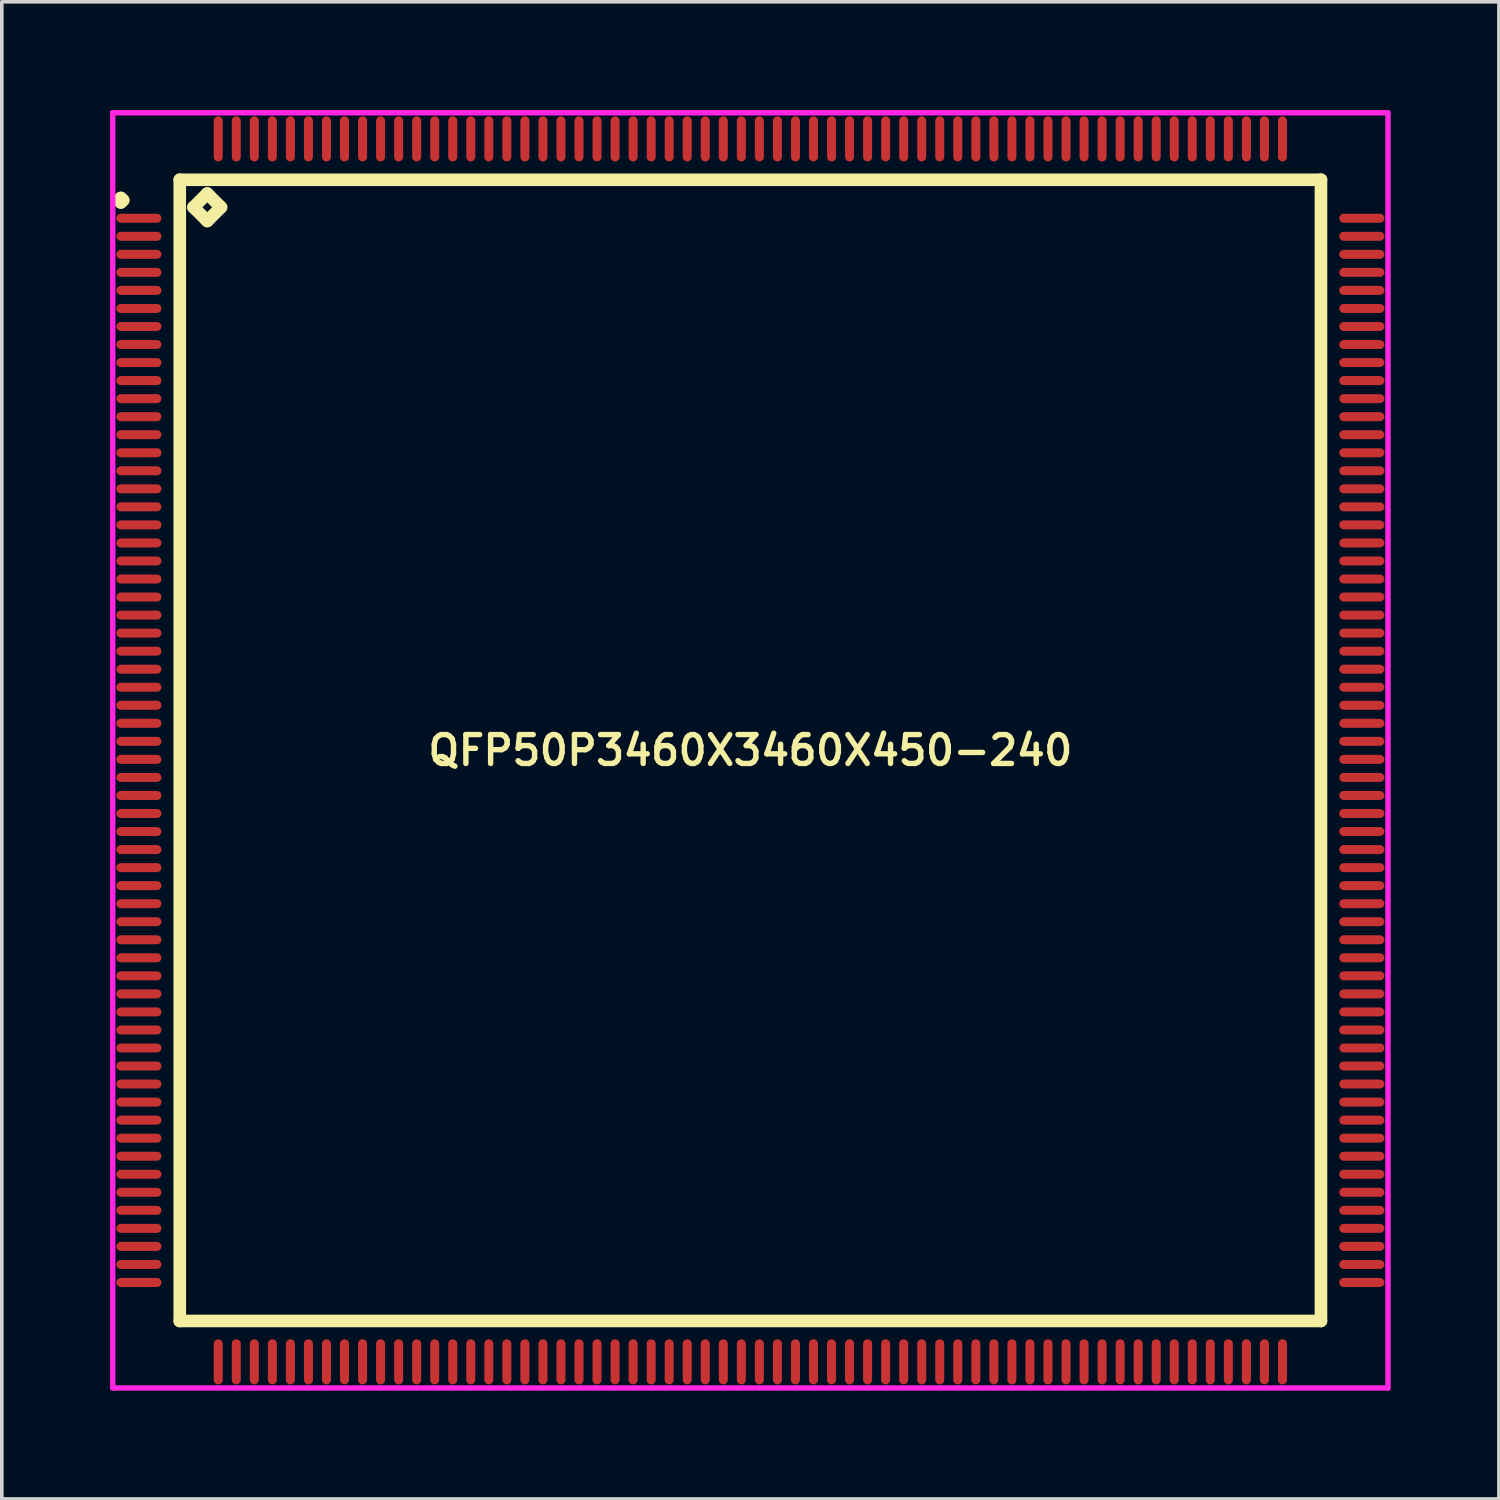
<source format=kicad_pcb>
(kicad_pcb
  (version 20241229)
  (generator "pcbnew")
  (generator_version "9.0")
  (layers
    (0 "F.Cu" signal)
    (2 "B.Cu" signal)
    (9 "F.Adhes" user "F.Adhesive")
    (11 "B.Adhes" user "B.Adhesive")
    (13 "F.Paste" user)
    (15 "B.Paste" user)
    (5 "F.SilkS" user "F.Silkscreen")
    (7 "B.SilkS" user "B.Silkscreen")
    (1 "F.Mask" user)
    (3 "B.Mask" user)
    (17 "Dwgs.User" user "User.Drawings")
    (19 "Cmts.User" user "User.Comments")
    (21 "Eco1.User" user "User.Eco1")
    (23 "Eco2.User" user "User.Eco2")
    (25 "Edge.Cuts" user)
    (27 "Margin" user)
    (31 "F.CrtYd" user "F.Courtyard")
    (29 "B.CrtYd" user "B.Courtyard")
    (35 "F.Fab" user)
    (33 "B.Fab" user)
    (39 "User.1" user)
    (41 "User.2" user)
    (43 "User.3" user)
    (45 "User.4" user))
  (footprint "QFP50P3460X3460X450-240"
    (layer "F.Cu")
    (at 17.75 17.75)
    (property "Reference" "QFP50P3460X3460X450-240" (at 0 0 0) (layer "F.SilkS") (effects (font (size 0.8 0.8) (thickness 0.15))))
    (attr smd)
    (fp_line (start -17.512 -15.25) (end -17.45 -15.312) (stroke (width 0.35) (type solid)) (layer "F.SilkS"))
    (fp_line (start -17.45 -15.312) (end -17.387 -15.25) (stroke (width 0.35) (type solid)) (layer "F.SilkS"))
    (fp_line (start -17.45 -15.188) (end -17.512 -15.25) (stroke (width 0.35) (type solid)) (layer "F.SilkS"))
    (fp_line (start -17.387 -15.25) (end -17.45 -15.188) (stroke (width 0.35) (type solid)) (layer "F.SilkS"))
    (fp_line (start -15.817 -15.817) (end -15.817 15.817) (stroke (width 0.35) (type solid)) (layer "F.SilkS"))
    (fp_line (start -15.817 15.817) (end 15.817 15.817) (stroke (width 0.35) (type solid)) (layer "F.SilkS"))
    (fp_line (start -15.436 -15.055) (end -15.055 -15.436) (stroke (width 0.35) (type solid)) (layer "F.SilkS"))
    (fp_line (start -15.055 -15.436) (end -14.674 -15.055) (stroke (width 0.35) (type solid)) (layer "F.SilkS"))
    (fp_line (start -15.055 -14.674) (end -15.436 -15.055) (stroke (width 0.35) (type solid)) (layer "F.SilkS"))
    (fp_line (start -14.674 -15.055) (end -15.055 -14.674) (stroke (width 0.35) (type solid)) (layer "F.SilkS"))
    (fp_line (start 15.817 -15.817) (end -15.817 -15.817) (stroke (width 0.35) (type solid)) (layer "F.SilkS"))
    (fp_line (start 15.817 15.817) (end 15.817 -15.817) (stroke (width 0.35) (type solid)) (layer "F.SilkS"))
    (fp_line (start -17.675 -17.675) (end 17.675 -17.675) (stroke (width 0.15) (type solid)) (layer "F.CrtYd"))
    (fp_line (start -17.675 17.675) (end -17.675 -17.675) (stroke (width 0.15) (type solid)) (layer "F.CrtYd"))
    (fp_line (start 17.675 -17.675) (end 17.675 17.675) (stroke (width 0.15) (type solid)) (layer "F.CrtYd"))
    (fp_line (start 17.675 17.675) (end -17.675 17.675) (stroke (width 0.15) (type solid)) (layer "F.CrtYd"))
    (pad "1" smd oval (at -16.95 -14.75) (size 1.25 0.25) (layers "F.Cu" "F.Mask" "F.Paste"))
    (pad "2" smd oval (at -16.95 -14.25) (size 1.25 0.25) (layers "F.Cu" "F.Mask" "F.Paste"))
    (pad "3" smd oval (at -16.95 -13.75) (size 1.25 0.25) (layers "F.Cu" "F.Mask" "F.Paste"))
    (pad "4" smd oval (at -16.95 -13.25) (size 1.25 0.25) (layers "F.Cu" "F.Mask" "F.Paste"))
    (pad "5" smd oval (at -16.95 -12.75) (size 1.25 0.25) (layers "F.Cu" "F.Mask" "F.Paste"))
    (pad "6" smd oval (at -16.95 -12.25) (size 1.25 0.25) (layers "F.Cu" "F.Mask" "F.Paste"))
    (pad "7" smd oval (at -16.95 -11.75) (size 1.25 0.25) (layers "F.Cu" "F.Mask" "F.Paste"))
    (pad "8" smd oval (at -16.95 -11.25) (size 1.25 0.25) (layers "F.Cu" "F.Mask" "F.Paste"))
    (pad "9" smd oval (at -16.95 -10.75) (size 1.25 0.25) (layers "F.Cu" "F.Mask" "F.Paste"))
    (pad "10" smd oval (at -16.95 -10.25) (size 1.25 0.25) (layers "F.Cu" "F.Mask" "F.Paste"))
    (pad "11" smd oval (at -16.95 -9.75) (size 1.25 0.25) (layers "F.Cu" "F.Mask" "F.Paste"))
    (pad "12" smd oval (at -16.95 -9.25) (size 1.25 0.25) (layers "F.Cu" "F.Mask" "F.Paste"))
    (pad "13" smd oval (at -16.95 -8.75) (size 1.25 0.25) (layers "F.Cu" "F.Mask" "F.Paste"))
    (pad "14" smd oval (at -16.95 -8.25) (size 1.25 0.25) (layers "F.Cu" "F.Mask" "F.Paste"))
    (pad "15" smd oval (at -16.95 -7.75) (size 1.25 0.25) (layers "F.Cu" "F.Mask" "F.Paste"))
    (pad "16" smd oval (at -16.95 -7.25) (size 1.25 0.25) (layers "F.Cu" "F.Mask" "F.Paste"))
    (pad "17" smd oval (at -16.95 -6.75) (size 1.25 0.25) (layers "F.Cu" "F.Mask" "F.Paste"))
    (pad "18" smd oval (at -16.95 -6.25) (size 1.25 0.25) (layers "F.Cu" "F.Mask" "F.Paste"))
    (pad "19" smd oval (at -16.95 -5.75) (size 1.25 0.25) (layers "F.Cu" "F.Mask" "F.Paste"))
    (pad "20" smd oval (at -16.95 -5.25) (size 1.25 0.25) (layers "F.Cu" "F.Mask" "F.Paste"))
    (pad "21" smd oval (at -16.95 -4.75) (size 1.25 0.25) (layers "F.Cu" "F.Mask" "F.Paste"))
    (pad "22" smd oval (at -16.95 -4.25) (size 1.25 0.25) (layers "F.Cu" "F.Mask" "F.Paste"))
    (pad "23" smd oval (at -16.95 -3.75) (size 1.25 0.25) (layers "F.Cu" "F.Mask" "F.Paste"))
    (pad "24" smd oval (at -16.95 -3.25) (size 1.25 0.25) (layers "F.Cu" "F.Mask" "F.Paste"))
    (pad "25" smd oval (at -16.95 -2.75) (size 1.25 0.25) (layers "F.Cu" "F.Mask" "F.Paste"))
    (pad "26" smd oval (at -16.95 -2.25) (size 1.25 0.25) (layers "F.Cu" "F.Mask" "F.Paste"))
    (pad "27" smd oval (at -16.95 -1.75) (size 1.25 0.25) (layers "F.Cu" "F.Mask" "F.Paste"))
    (pad "28" smd oval (at -16.95 -1.25) (size 1.25 0.25) (layers "F.Cu" "F.Mask" "F.Paste"))
    (pad "29" smd oval (at -16.95 -0.75) (size 1.25 0.25) (layers "F.Cu" "F.Mask" "F.Paste"))
    (pad "30" smd oval (at -16.95 -0.25) (size 1.25 0.25) (layers "F.Cu" "F.Mask" "F.Paste"))
    (pad "31" smd oval (at -16.95 0.25) (size 1.25 0.25) (layers "F.Cu" "F.Mask" "F.Paste"))
    (pad "32" smd oval (at -16.95 0.75) (size 1.25 0.25) (layers "F.Cu" "F.Mask" "F.Paste"))
    (pad "33" smd oval (at -16.95 1.25) (size 1.25 0.25) (layers "F.Cu" "F.Mask" "F.Paste"))
    (pad "34" smd oval (at -16.95 1.75) (size 1.25 0.25) (layers "F.Cu" "F.Mask" "F.Paste"))
    (pad "35" smd oval (at -16.95 2.25) (size 1.25 0.25) (layers "F.Cu" "F.Mask" "F.Paste"))
    (pad "36" smd oval (at -16.95 2.75) (size 1.25 0.25) (layers "F.Cu" "F.Mask" "F.Paste"))
    (pad "37" smd oval (at -16.95 3.25) (size 1.25 0.25) (layers "F.Cu" "F.Mask" "F.Paste"))
    (pad "38" smd oval (at -16.95 3.75) (size 1.25 0.25) (layers "F.Cu" "F.Mask" "F.Paste"))
    (pad "39" smd oval (at -16.95 4.25) (size 1.25 0.25) (layers "F.Cu" "F.Mask" "F.Paste"))
    (pad "40" smd oval (at -16.95 4.75) (size 1.25 0.25) (layers "F.Cu" "F.Mask" "F.Paste"))
    (pad "41" smd oval (at -16.95 5.25) (size 1.25 0.25) (layers "F.Cu" "F.Mask" "F.Paste"))
    (pad "42" smd oval (at -16.95 5.75) (size 1.25 0.25) (layers "F.Cu" "F.Mask" "F.Paste"))
    (pad "43" smd oval (at -16.95 6.25) (size 1.25 0.25) (layers "F.Cu" "F.Mask" "F.Paste"))
    (pad "44" smd oval (at -16.95 6.75) (size 1.25 0.25) (layers "F.Cu" "F.Mask" "F.Paste"))
    (pad "45" smd oval (at -16.95 7.25) (size 1.25 0.25) (layers "F.Cu" "F.Mask" "F.Paste"))
    (pad "46" smd oval (at -16.95 7.75) (size 1.25 0.25) (layers "F.Cu" "F.Mask" "F.Paste"))
    (pad "47" smd oval (at -16.95 8.25) (size 1.25 0.25) (layers "F.Cu" "F.Mask" "F.Paste"))
    (pad "48" smd oval (at -16.95 8.75) (size 1.25 0.25) (layers "F.Cu" "F.Mask" "F.Paste"))
    (pad "49" smd oval (at -16.95 9.25) (size 1.25 0.25) (layers "F.Cu" "F.Mask" "F.Paste"))
    (pad "50" smd oval (at -16.95 9.75) (size 1.25 0.25) (layers "F.Cu" "F.Mask" "F.Paste"))
    (pad "51" smd oval (at -16.95 10.25) (size 1.25 0.25) (layers "F.Cu" "F.Mask" "F.Paste"))
    (pad "52" smd oval (at -16.95 10.75) (size 1.25 0.25) (layers "F.Cu" "F.Mask" "F.Paste"))
    (pad "53" smd oval (at -16.95 11.25) (size 1.25 0.25) (layers "F.Cu" "F.Mask" "F.Paste"))
    (pad "54" smd oval (at -16.95 11.75) (size 1.25 0.25) (layers "F.Cu" "F.Mask" "F.Paste"))
    (pad "55" smd oval (at -16.95 12.25) (size 1.25 0.25) (layers "F.Cu" "F.Mask" "F.Paste"))
    (pad "56" smd oval (at -16.95 12.75) (size 1.25 0.25) (layers "F.Cu" "F.Mask" "F.Paste"))
    (pad "57" smd oval (at -16.95 13.25) (size 1.25 0.25) (layers "F.Cu" "F.Mask" "F.Paste"))
    (pad "58" smd oval (at -16.95 13.75) (size 1.25 0.25) (layers "F.Cu" "F.Mask" "F.Paste"))
    (pad "59" smd oval (at -16.95 14.25) (size 1.25 0.25) (layers "F.Cu" "F.Mask" "F.Paste"))
    (pad "60" smd oval (at -16.95 14.75) (size 1.25 0.25) (layers "F.Cu" "F.Mask" "F.Paste"))
    (pad "61" smd oval (at -14.75 16.95) (size 0.25 1.25) (layers "F.Cu" "F.Mask" "F.Paste"))
    (pad "62" smd oval (at -14.25 16.95) (size 0.25 1.25) (layers "F.Cu" "F.Mask" "F.Paste"))
    (pad "63" smd oval (at -13.75 16.95) (size 0.25 1.25) (layers "F.Cu" "F.Mask" "F.Paste"))
    (pad "64" smd oval (at -13.25 16.95) (size 0.25 1.25) (layers "F.Cu" "F.Mask" "F.Paste"))
    (pad "65" smd oval (at -12.75 16.95) (size 0.25 1.25) (layers "F.Cu" "F.Mask" "F.Paste"))
    (pad "66" smd oval (at -12.25 16.95) (size 0.25 1.25) (layers "F.Cu" "F.Mask" "F.Paste"))
    (pad "67" smd oval (at -11.75 16.95) (size 0.25 1.25) (layers "F.Cu" "F.Mask" "F.Paste"))
    (pad "68" smd oval (at -11.25 16.95) (size 0.25 1.25) (layers "F.Cu" "F.Mask" "F.Paste"))
    (pad "69" smd oval (at -10.75 16.95) (size 0.25 1.25) (layers "F.Cu" "F.Mask" "F.Paste"))
    (pad "70" smd oval (at -10.25 16.95) (size 0.25 1.25) (layers "F.Cu" "F.Mask" "F.Paste"))
    (pad "71" smd oval (at -9.75 16.95) (size 0.25 1.25) (layers "F.Cu" "F.Mask" "F.Paste"))
    (pad "72" smd oval (at -9.25 16.95) (size 0.25 1.25) (layers "F.Cu" "F.Mask" "F.Paste"))
    (pad "73" smd oval (at -8.75 16.95) (size 0.25 1.25) (layers "F.Cu" "F.Mask" "F.Paste"))
    (pad "74" smd oval (at -8.25 16.95) (size 0.25 1.25) (layers "F.Cu" "F.Mask" "F.Paste"))
    (pad "75" smd oval (at -7.75 16.95) (size 0.25 1.25) (layers "F.Cu" "F.Mask" "F.Paste"))
    (pad "76" smd oval (at -7.25 16.95) (size 0.25 1.25) (layers "F.Cu" "F.Mask" "F.Paste"))
    (pad "77" smd oval (at -6.75 16.95) (size 0.25 1.25) (layers "F.Cu" "F.Mask" "F.Paste"))
    (pad "78" smd oval (at -6.25 16.95) (size 0.25 1.25) (layers "F.Cu" "F.Mask" "F.Paste"))
    (pad "79" smd oval (at -5.75 16.95) (size 0.25 1.25) (layers "F.Cu" "F.Mask" "F.Paste"))
    (pad "80" smd oval (at -5.25 16.95) (size 0.25 1.25) (layers "F.Cu" "F.Mask" "F.Paste"))
    (pad "81" smd oval (at -4.75 16.95) (size 0.25 1.25) (layers "F.Cu" "F.Mask" "F.Paste"))
    (pad "82" smd oval (at -4.25 16.95) (size 0.25 1.25) (layers "F.Cu" "F.Mask" "F.Paste"))
    (pad "83" smd oval (at -3.75 16.95) (size 0.25 1.25) (layers "F.Cu" "F.Mask" "F.Paste"))
    (pad "84" smd oval (at -3.25 16.95) (size 0.25 1.25) (layers "F.Cu" "F.Mask" "F.Paste"))
    (pad "85" smd oval (at -2.75 16.95) (size 0.25 1.25) (layers "F.Cu" "F.Mask" "F.Paste"))
    (pad "86" smd oval (at -2.25 16.95) (size 0.25 1.25) (layers "F.Cu" "F.Mask" "F.Paste"))
    (pad "87" smd oval (at -1.75 16.95) (size 0.25 1.25) (layers "F.Cu" "F.Mask" "F.Paste"))
    (pad "88" smd oval (at -1.25 16.95) (size 0.25 1.25) (layers "F.Cu" "F.Mask" "F.Paste"))
    (pad "89" smd oval (at -0.75 16.95) (size 0.25 1.25) (layers "F.Cu" "F.Mask" "F.Paste"))
    (pad "90" smd oval (at -0.25 16.95) (size 0.25 1.25) (layers "F.Cu" "F.Mask" "F.Paste"))
    (pad "91" smd oval (at 0.25 16.95) (size 0.25 1.25) (layers "F.Cu" "F.Mask" "F.Paste"))
    (pad "92" smd oval (at 0.75 16.95) (size 0.25 1.25) (layers "F.Cu" "F.Mask" "F.Paste"))
    (pad "93" smd oval (at 1.25 16.95) (size 0.25 1.25) (layers "F.Cu" "F.Mask" "F.Paste"))
    (pad "94" smd oval (at 1.75 16.95) (size 0.25 1.25) (layers "F.Cu" "F.Mask" "F.Paste"))
    (pad "95" smd oval (at 2.25 16.95) (size 0.25 1.25) (layers "F.Cu" "F.Mask" "F.Paste"))
    (pad "96" smd oval (at 2.75 16.95) (size 0.25 1.25) (layers "F.Cu" "F.Mask" "F.Paste"))
    (pad "97" smd oval (at 3.25 16.95) (size 0.25 1.25) (layers "F.Cu" "F.Mask" "F.Paste"))
    (pad "98" smd oval (at 3.75 16.95) (size 0.25 1.25) (layers "F.Cu" "F.Mask" "F.Paste"))
    (pad "99" smd oval (at 4.25 16.95) (size 0.25 1.25) (layers "F.Cu" "F.Mask" "F.Paste"))
    (pad "100" smd oval (at 4.75 16.95) (size 0.25 1.25) (layers "F.Cu" "F.Mask" "F.Paste"))
    (pad "101" smd oval (at 5.25 16.95) (size 0.25 1.25) (layers "F.Cu" "F.Mask" "F.Paste"))
    (pad "102" smd oval (at 5.75 16.95) (size 0.25 1.25) (layers "F.Cu" "F.Mask" "F.Paste"))
    (pad "103" smd oval (at 6.25 16.95) (size 0.25 1.25) (layers "F.Cu" "F.Mask" "F.Paste"))
    (pad "104" smd oval (at 6.75 16.95) (size 0.25 1.25) (layers "F.Cu" "F.Mask" "F.Paste"))
    (pad "105" smd oval (at 7.25 16.95) (size 0.25 1.25) (layers "F.Cu" "F.Mask" "F.Paste"))
    (pad "106" smd oval (at 7.75 16.95) (size 0.25 1.25) (layers "F.Cu" "F.Mask" "F.Paste"))
    (pad "107" smd oval (at 8.25 16.95) (size 0.25 1.25) (layers "F.Cu" "F.Mask" "F.Paste"))
    (pad "108" smd oval (at 8.75 16.95) (size 0.25 1.25) (layers "F.Cu" "F.Mask" "F.Paste"))
    (pad "109" smd oval (at 9.25 16.95) (size 0.25 1.25) (layers "F.Cu" "F.Mask" "F.Paste"))
    (pad "110" smd oval (at 9.75 16.95) (size 0.25 1.25) (layers "F.Cu" "F.Mask" "F.Paste"))
    (pad "111" smd oval (at 10.25 16.95) (size 0.25 1.25) (layers "F.Cu" "F.Mask" "F.Paste"))
    (pad "112" smd oval (at 10.75 16.95) (size 0.25 1.25) (layers "F.Cu" "F.Mask" "F.Paste"))
    (pad "113" smd oval (at 11.25 16.95) (size 0.25 1.25) (layers "F.Cu" "F.Mask" "F.Paste"))
    (pad "114" smd oval (at 11.75 16.95) (size 0.25 1.25) (layers "F.Cu" "F.Mask" "F.Paste"))
    (pad "115" smd oval (at 12.25 16.95) (size 0.25 1.25) (layers "F.Cu" "F.Mask" "F.Paste"))
    (pad "116" smd oval (at 12.75 16.95) (size 0.25 1.25) (layers "F.Cu" "F.Mask" "F.Paste"))
    (pad "117" smd oval (at 13.25 16.95) (size 0.25 1.25) (layers "F.Cu" "F.Mask" "F.Paste"))
    (pad "118" smd oval (at 13.75 16.95) (size 0.25 1.25) (layers "F.Cu" "F.Mask" "F.Paste"))
    (pad "119" smd oval (at 14.25 16.95) (size 0.25 1.25) (layers "F.Cu" "F.Mask" "F.Paste"))
    (pad "120" smd oval (at 14.75 16.95) (size 0.25 1.25) (layers "F.Cu" "F.Mask" "F.Paste"))
    (pad "121" smd oval (at 16.95 14.75) (size 1.25 0.25) (layers "F.Cu" "F.Mask" "F.Paste"))
    (pad "122" smd oval (at 16.95 14.25) (size 1.25 0.25) (layers "F.Cu" "F.Mask" "F.Paste"))
    (pad "123" smd oval (at 16.95 13.75) (size 1.25 0.25) (layers "F.Cu" "F.Mask" "F.Paste"))
    (pad "124" smd oval (at 16.95 13.25) (size 1.25 0.25) (layers "F.Cu" "F.Mask" "F.Paste"))
    (pad "125" smd oval (at 16.95 12.75) (size 1.25 0.25) (layers "F.Cu" "F.Mask" "F.Paste"))
    (pad "126" smd oval (at 16.95 12.25) (size 1.25 0.25) (layers "F.Cu" "F.Mask" "F.Paste"))
    (pad "127" smd oval (at 16.95 11.75) (size 1.25 0.25) (layers "F.Cu" "F.Mask" "F.Paste"))
    (pad "128" smd oval (at 16.95 11.25) (size 1.25 0.25) (layers "F.Cu" "F.Mask" "F.Paste"))
    (pad "129" smd oval (at 16.95 10.75) (size 1.25 0.25) (layers "F.Cu" "F.Mask" "F.Paste"))
    (pad "130" smd oval (at 16.95 10.25) (size 1.25 0.25) (layers "F.Cu" "F.Mask" "F.Paste"))
    (pad "131" smd oval (at 16.95 9.75) (size 1.25 0.25) (layers "F.Cu" "F.Mask" "F.Paste"))
    (pad "132" smd oval (at 16.95 9.25) (size 1.25 0.25) (layers "F.Cu" "F.Mask" "F.Paste"))
    (pad "133" smd oval (at 16.95 8.75) (size 1.25 0.25) (layers "F.Cu" "F.Mask" "F.Paste"))
    (pad "134" smd oval (at 16.95 8.25) (size 1.25 0.25) (layers "F.Cu" "F.Mask" "F.Paste"))
    (pad "135" smd oval (at 16.95 7.75) (size 1.25 0.25) (layers "F.Cu" "F.Mask" "F.Paste"))
    (pad "136" smd oval (at 16.95 7.25) (size 1.25 0.25) (layers "F.Cu" "F.Mask" "F.Paste"))
    (pad "137" smd oval (at 16.95 6.75) (size 1.25 0.25) (layers "F.Cu" "F.Mask" "F.Paste"))
    (pad "138" smd oval (at 16.95 6.25) (size 1.25 0.25) (layers "F.Cu" "F.Mask" "F.Paste"))
    (pad "139" smd oval (at 16.95 5.75) (size 1.25 0.25) (layers "F.Cu" "F.Mask" "F.Paste"))
    (pad "140" smd oval (at 16.95 5.25) (size 1.25 0.25) (layers "F.Cu" "F.Mask" "F.Paste"))
    (pad "141" smd oval (at 16.95 4.75) (size 1.25 0.25) (layers "F.Cu" "F.Mask" "F.Paste"))
    (pad "142" smd oval (at 16.95 4.25) (size 1.25 0.25) (layers "F.Cu" "F.Mask" "F.Paste"))
    (pad "143" smd oval (at 16.95 3.75) (size 1.25 0.25) (layers "F.Cu" "F.Mask" "F.Paste"))
    (pad "144" smd oval (at 16.95 3.25) (size 1.25 0.25) (layers "F.Cu" "F.Mask" "F.Paste"))
    (pad "145" smd oval (at 16.95 2.75) (size 1.25 0.25) (layers "F.Cu" "F.Mask" "F.Paste"))
    (pad "146" smd oval (at 16.95 2.25) (size 1.25 0.25) (layers "F.Cu" "F.Mask" "F.Paste"))
    (pad "147" smd oval (at 16.95 1.75) (size 1.25 0.25) (layers "F.Cu" "F.Mask" "F.Paste"))
    (pad "148" smd oval (at 16.95 1.25) (size 1.25 0.25) (layers "F.Cu" "F.Mask" "F.Paste"))
    (pad "149" smd oval (at 16.95 0.75) (size 1.25 0.25) (layers "F.Cu" "F.Mask" "F.Paste"))
    (pad "150" smd oval (at 16.95 0.25) (size 1.25 0.25) (layers "F.Cu" "F.Mask" "F.Paste"))
    (pad "151" smd oval (at 16.95 -0.25) (size 1.25 0.25) (layers "F.Cu" "F.Mask" "F.Paste"))
    (pad "152" smd oval (at 16.95 -0.75) (size 1.25 0.25) (layers "F.Cu" "F.Mask" "F.Paste"))
    (pad "153" smd oval (at 16.95 -1.25) (size 1.25 0.25) (layers "F.Cu" "F.Mask" "F.Paste"))
    (pad "154" smd oval (at 16.95 -1.75) (size 1.25 0.25) (layers "F.Cu" "F.Mask" "F.Paste"))
    (pad "155" smd oval (at 16.95 -2.25) (size 1.25 0.25) (layers "F.Cu" "F.Mask" "F.Paste"))
    (pad "156" smd oval (at 16.95 -2.75) (size 1.25 0.25) (layers "F.Cu" "F.Mask" "F.Paste"))
    (pad "157" smd oval (at 16.95 -3.25) (size 1.25 0.25) (layers "F.Cu" "F.Mask" "F.Paste"))
    (pad "158" smd oval (at 16.95 -3.75) (size 1.25 0.25) (layers "F.Cu" "F.Mask" "F.Paste"))
    (pad "159" smd oval (at 16.95 -4.25) (size 1.25 0.25) (layers "F.Cu" "F.Mask" "F.Paste"))
    (pad "160" smd oval (at 16.95 -4.75) (size 1.25 0.25) (layers "F.Cu" "F.Mask" "F.Paste"))
    (pad "161" smd oval (at 16.95 -5.25) (size 1.25 0.25) (layers "F.Cu" "F.Mask" "F.Paste"))
    (pad "162" smd oval (at 16.95 -5.75) (size 1.25 0.25) (layers "F.Cu" "F.Mask" "F.Paste"))
    (pad "163" smd oval (at 16.95 -6.25) (size 1.25 0.25) (layers "F.Cu" "F.Mask" "F.Paste"))
    (pad "164" smd oval (at 16.95 -6.75) (size 1.25 0.25) (layers "F.Cu" "F.Mask" "F.Paste"))
    (pad "165" smd oval (at 16.95 -7.25) (size 1.25 0.25) (layers "F.Cu" "F.Mask" "F.Paste"))
    (pad "166" smd oval (at 16.95 -7.75) (size 1.25 0.25) (layers "F.Cu" "F.Mask" "F.Paste"))
    (pad "167" smd oval (at 16.95 -8.25) (size 1.25 0.25) (layers "F.Cu" "F.Mask" "F.Paste"))
    (pad "168" smd oval (at 16.95 -8.75) (size 1.25 0.25) (layers "F.Cu" "F.Mask" "F.Paste"))
    (pad "169" smd oval (at 16.95 -9.25) (size 1.25 0.25) (layers "F.Cu" "F.Mask" "F.Paste"))
    (pad "170" smd oval (at 16.95 -9.75) (size 1.25 0.25) (layers "F.Cu" "F.Mask" "F.Paste"))
    (pad "171" smd oval (at 16.95 -10.25) (size 1.25 0.25) (layers "F.Cu" "F.Mask" "F.Paste"))
    (pad "172" smd oval (at 16.95 -10.75) (size 1.25 0.25) (layers "F.Cu" "F.Mask" "F.Paste"))
    (pad "173" smd oval (at 16.95 -11.25) (size 1.25 0.25) (layers "F.Cu" "F.Mask" "F.Paste"))
    (pad "174" smd oval (at 16.95 -11.75) (size 1.25 0.25) (layers "F.Cu" "F.Mask" "F.Paste"))
    (pad "175" smd oval (at 16.95 -12.25) (size 1.25 0.25) (layers "F.Cu" "F.Mask" "F.Paste"))
    (pad "176" smd oval (at 16.95 -12.75) (size 1.25 0.25) (layers "F.Cu" "F.Mask" "F.Paste"))
    (pad "177" smd oval (at 16.95 -13.25) (size 1.25 0.25) (layers "F.Cu" "F.Mask" "F.Paste"))
    (pad "178" smd oval (at 16.95 -13.75) (size 1.25 0.25) (layers "F.Cu" "F.Mask" "F.Paste"))
    (pad "179" smd oval (at 16.95 -14.25) (size 1.25 0.25) (layers "F.Cu" "F.Mask" "F.Paste"))
    (pad "180" smd oval (at 16.95 -14.75) (size 1.25 0.25) (layers "F.Cu" "F.Mask" "F.Paste"))
    (pad "181" smd oval (at 14.75 -16.95) (size 0.25 1.25) (layers "F.Cu" "F.Mask" "F.Paste"))
    (pad "182" smd oval (at 14.25 -16.95) (size 0.25 1.25) (layers "F.Cu" "F.Mask" "F.Paste"))
    (pad "183" smd oval (at 13.75 -16.95) (size 0.25 1.25) (layers "F.Cu" "F.Mask" "F.Paste"))
    (pad "184" smd oval (at 13.25 -16.95) (size 0.25 1.25) (layers "F.Cu" "F.Mask" "F.Paste"))
    (pad "185" smd oval (at 12.75 -16.95) (size 0.25 1.25) (layers "F.Cu" "F.Mask" "F.Paste"))
    (pad "186" smd oval (at 12.25 -16.95) (size 0.25 1.25) (layers "F.Cu" "F.Mask" "F.Paste"))
    (pad "187" smd oval (at 11.75 -16.95) (size 0.25 1.25) (layers "F.Cu" "F.Mask" "F.Paste"))
    (pad "188" smd oval (at 11.25 -16.95) (size 0.25 1.25) (layers "F.Cu" "F.Mask" "F.Paste"))
    (pad "189" smd oval (at 10.75 -16.95) (size 0.25 1.25) (layers "F.Cu" "F.Mask" "F.Paste"))
    (pad "190" smd oval (at 10.25 -16.95) (size 0.25 1.25) (layers "F.Cu" "F.Mask" "F.Paste"))
    (pad "191" smd oval (at 9.75 -16.95) (size 0.25 1.25) (layers "F.Cu" "F.Mask" "F.Paste"))
    (pad "192" smd oval (at 9.25 -16.95) (size 0.25 1.25) (layers "F.Cu" "F.Mask" "F.Paste"))
    (pad "193" smd oval (at 8.75 -16.95) (size 0.25 1.25) (layers "F.Cu" "F.Mask" "F.Paste"))
    (pad "194" smd oval (at 8.25 -16.95) (size 0.25 1.25) (layers "F.Cu" "F.Mask" "F.Paste"))
    (pad "195" smd oval (at 7.75 -16.95) (size 0.25 1.25) (layers "F.Cu" "F.Mask" "F.Paste"))
    (pad "196" smd oval (at 7.25 -16.95) (size 0.25 1.25) (layers "F.Cu" "F.Mask" "F.Paste"))
    (pad "197" smd oval (at 6.75 -16.95) (size 0.25 1.25) (layers "F.Cu" "F.Mask" "F.Paste"))
    (pad "198" smd oval (at 6.25 -16.95) (size 0.25 1.25) (layers "F.Cu" "F.Mask" "F.Paste"))
    (pad "199" smd oval (at 5.75 -16.95) (size 0.25 1.25) (layers "F.Cu" "F.Mask" "F.Paste"))
    (pad "200" smd oval (at 5.25 -16.95) (size 0.25 1.25) (layers "F.Cu" "F.Mask" "F.Paste"))
    (pad "201" smd oval (at 4.75 -16.95) (size 0.25 1.25) (layers "F.Cu" "F.Mask" "F.Paste"))
    (pad "202" smd oval (at 4.25 -16.95) (size 0.25 1.25) (layers "F.Cu" "F.Mask" "F.Paste"))
    (pad "203" smd oval (at 3.75 -16.95) (size 0.25 1.25) (layers "F.Cu" "F.Mask" "F.Paste"))
    (pad "204" smd oval (at 3.25 -16.95) (size 0.25 1.25) (layers "F.Cu" "F.Mask" "F.Paste"))
    (pad "205" smd oval (at 2.75 -16.95) (size 0.25 1.25) (layers "F.Cu" "F.Mask" "F.Paste"))
    (pad "206" smd oval (at 2.25 -16.95) (size 0.25 1.25) (layers "F.Cu" "F.Mask" "F.Paste"))
    (pad "207" smd oval (at 1.75 -16.95) (size 0.25 1.25) (layers "F.Cu" "F.Mask" "F.Paste"))
    (pad "208" smd oval (at 1.25 -16.95) (size 0.25 1.25) (layers "F.Cu" "F.Mask" "F.Paste"))
    (pad "209" smd oval (at 0.75 -16.95) (size 0.25 1.25) (layers "F.Cu" "F.Mask" "F.Paste"))
    (pad "210" smd oval (at 0.25 -16.95) (size 0.25 1.25) (layers "F.Cu" "F.Mask" "F.Paste"))
    (pad "211" smd oval (at -0.25 -16.95) (size 0.25 1.25) (layers "F.Cu" "F.Mask" "F.Paste"))
    (pad "212" smd oval (at -0.75 -16.95) (size 0.25 1.25) (layers "F.Cu" "F.Mask" "F.Paste"))
    (pad "213" smd oval (at -1.25 -16.95) (size 0.25 1.25) (layers "F.Cu" "F.Mask" "F.Paste"))
    (pad "214" smd oval (at -1.75 -16.95) (size 0.25 1.25) (layers "F.Cu" "F.Mask" "F.Paste"))
    (pad "215" smd oval (at -2.25 -16.95) (size 0.25 1.25) (layers "F.Cu" "F.Mask" "F.Paste"))
    (pad "216" smd oval (at -2.75 -16.95) (size 0.25 1.25) (layers "F.Cu" "F.Mask" "F.Paste"))
    (pad "217" smd oval (at -3.25 -16.95) (size 0.25 1.25) (layers "F.Cu" "F.Mask" "F.Paste"))
    (pad "218" smd oval (at -3.75 -16.95) (size 0.25 1.25) (layers "F.Cu" "F.Mask" "F.Paste"))
    (pad "219" smd oval (at -4.25 -16.95) (size 0.25 1.25) (layers "F.Cu" "F.Mask" "F.Paste"))
    (pad "220" smd oval (at -4.75 -16.95) (size 0.25 1.25) (layers "F.Cu" "F.Mask" "F.Paste"))
    (pad "221" smd oval (at -5.25 -16.95) (size 0.25 1.25) (layers "F.Cu" "F.Mask" "F.Paste"))
    (pad "222" smd oval (at -5.75 -16.95) (size 0.25 1.25) (layers "F.Cu" "F.Mask" "F.Paste"))
    (pad "223" smd oval (at -6.25 -16.95) (size 0.25 1.25) (layers "F.Cu" "F.Mask" "F.Paste"))
    (pad "224" smd oval (at -6.75 -16.95) (size 0.25 1.25) (layers "F.Cu" "F.Mask" "F.Paste"))
    (pad "225" smd oval (at -7.25 -16.95) (size 0.25 1.25) (layers "F.Cu" "F.Mask" "F.Paste"))
    (pad "226" smd oval (at -7.75 -16.95) (size 0.25 1.25) (layers "F.Cu" "F.Mask" "F.Paste"))
    (pad "227" smd oval (at -8.25 -16.95) (size 0.25 1.25) (layers "F.Cu" "F.Mask" "F.Paste"))
    (pad "228" smd oval (at -8.75 -16.95) (size 0.25 1.25) (layers "F.Cu" "F.Mask" "F.Paste"))
    (pad "229" smd oval (at -9.25 -16.95) (size 0.25 1.25) (layers "F.Cu" "F.Mask" "F.Paste"))
    (pad "230" smd oval (at -9.75 -16.95) (size 0.25 1.25) (layers "F.Cu" "F.Mask" "F.Paste"))
    (pad "231" smd oval (at -10.25 -16.95) (size 0.25 1.25) (layers "F.Cu" "F.Mask" "F.Paste"))
    (pad "232" smd oval (at -10.75 -16.95) (size 0.25 1.25) (layers "F.Cu" "F.Mask" "F.Paste"))
    (pad "233" smd oval (at -11.25 -16.95) (size 0.25 1.25) (layers "F.Cu" "F.Mask" "F.Paste"))
    (pad "234" smd oval (at -11.75 -16.95) (size 0.25 1.25) (layers "F.Cu" "F.Mask" "F.Paste"))
    (pad "235" smd oval (at -12.25 -16.95) (size 0.25 1.25) (layers "F.Cu" "F.Mask" "F.Paste"))
    (pad "236" smd oval (at -12.75 -16.95) (size 0.25 1.25) (layers "F.Cu" "F.Mask" "F.Paste"))
    (pad "237" smd oval (at -13.25 -16.95) (size 0.25 1.25) (layers "F.Cu" "F.Mask" "F.Paste"))
    (pad "238" smd oval (at -13.75 -16.95) (size 0.25 1.25) (layers "F.Cu" "F.Mask" "F.Paste"))
    (pad "239" smd oval (at -14.25 -16.95) (size 0.25 1.25) (layers "F.Cu" "F.Mask" "F.Paste"))
    (pad "240" smd oval (at -14.75 -16.95) (size 0.25 1.25) (layers "F.Cu" "F.Mask" "F.Paste")))
  (gr_rect
    (start -3 -3)
    (end 38.5 38.5)
    (stroke (width 0.1) (type default))
    (fill no)
    (layer "Edge.Cuts")))
</source>
